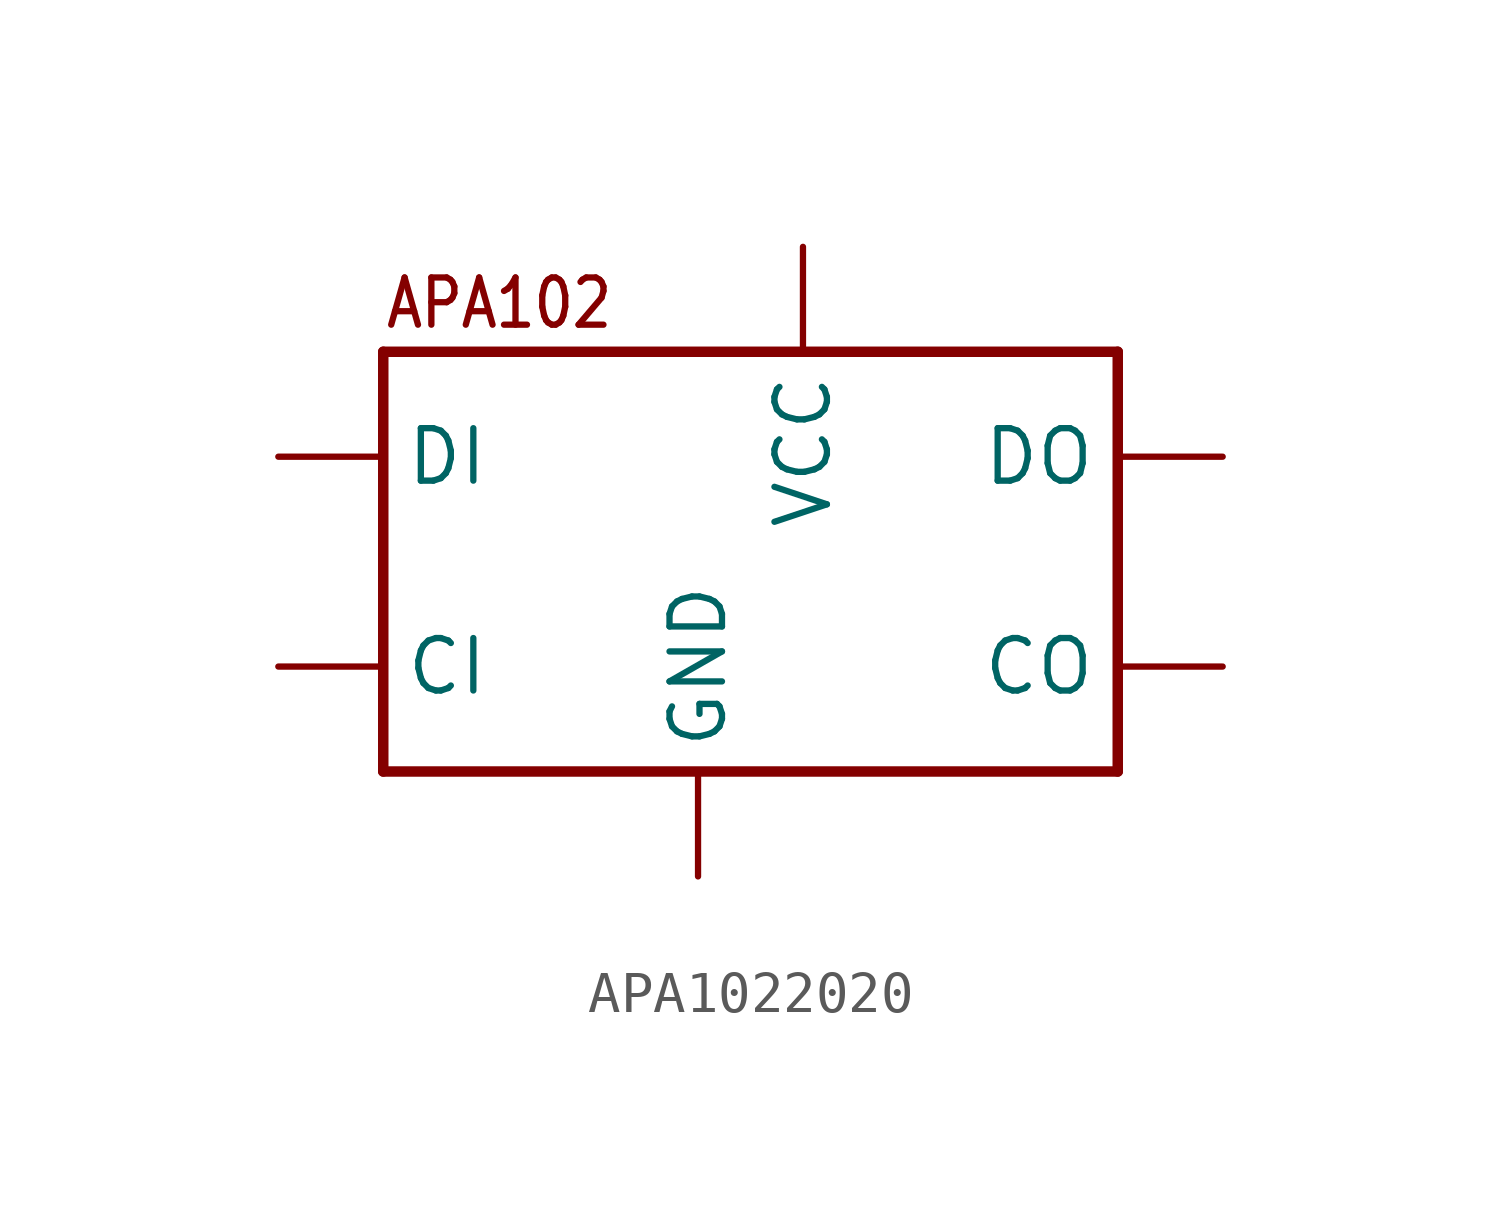
<source format=kicad_sym>
(kicad_symbol_lib
  (version 20231120)
  (generator "kicad_symbol_editor")
  (generator_version "8.0")
  (symbol "APA1022020"
    (property "Reference" ""
      (at 0 0 0)
      (effects (font (size 1.27 1.27)) (hide yes)))
    (property "ki_locked" ""
      (at 0 0 0)
      (effects (font (size 1.27 1.27))))
    (symbol "APA1022020_1_0"
      (polyline (pts (xy -10.16 -2.54) (xy 7.62 -2.54)) (stroke (width 0.254) (type solid)) (fill (type none)))
      (polyline (pts (xy -10.16 7.62) (xy -10.16 -2.54)) (stroke (width 0.254) (type solid)) (fill (type none)))
      (polyline (pts (xy 7.62 -2.54) (xy 7.62 7.62)) (stroke (width 0.254) (type solid)) (fill (type none)))
      (polyline (pts (xy 7.62 7.62) (xy -10.16 7.62)) (stroke (width 0.254) (type solid)) (fill (type none)))
      (text "APA102" (at -10.16 8.128 0) (effects (font (size 1.143 0.972)) (justify left bottom)))
      (pin bidirectional line (at 10.16 0 180) (length 2.54) (name "CO" (effects (font (size 1.27 1.27)))) (number "CL_OUT" (effects (font (size 0 0)))))
      (pin bidirectional line (at -12.7 0 0) (length 2.54) (name "CI" (effects (font (size 1.27 1.27)))) (number "C_IN" (effects (font (size 0 0)))))
      (pin bidirectional line (at -12.7 5.08 0) (length 2.54) (name "DI" (effects (font (size 1.27 1.27)))) (number "D_IN" (effects (font (size 0 0)))))
      (pin bidirectional line (at 10.16 5.08 180) (length 2.54) (name "DO" (effects (font (size 1.27 1.27)))) (number "D_OUT" (effects (font (size 0 0)))))
      (pin bidirectional line (at -2.54 -5.08 90) (length 2.54) (name "GND" (effects (font (size 1.27 1.27)))) (number "GND" (effects (font (size 0 0)))))
      (pin bidirectional line (at 0 10.16 270) (length 2.54) (name "VCC" (effects (font (size 1.27 1.27)))) (number "V_CC" (effects (font (size 0 0))))))))
</source>
